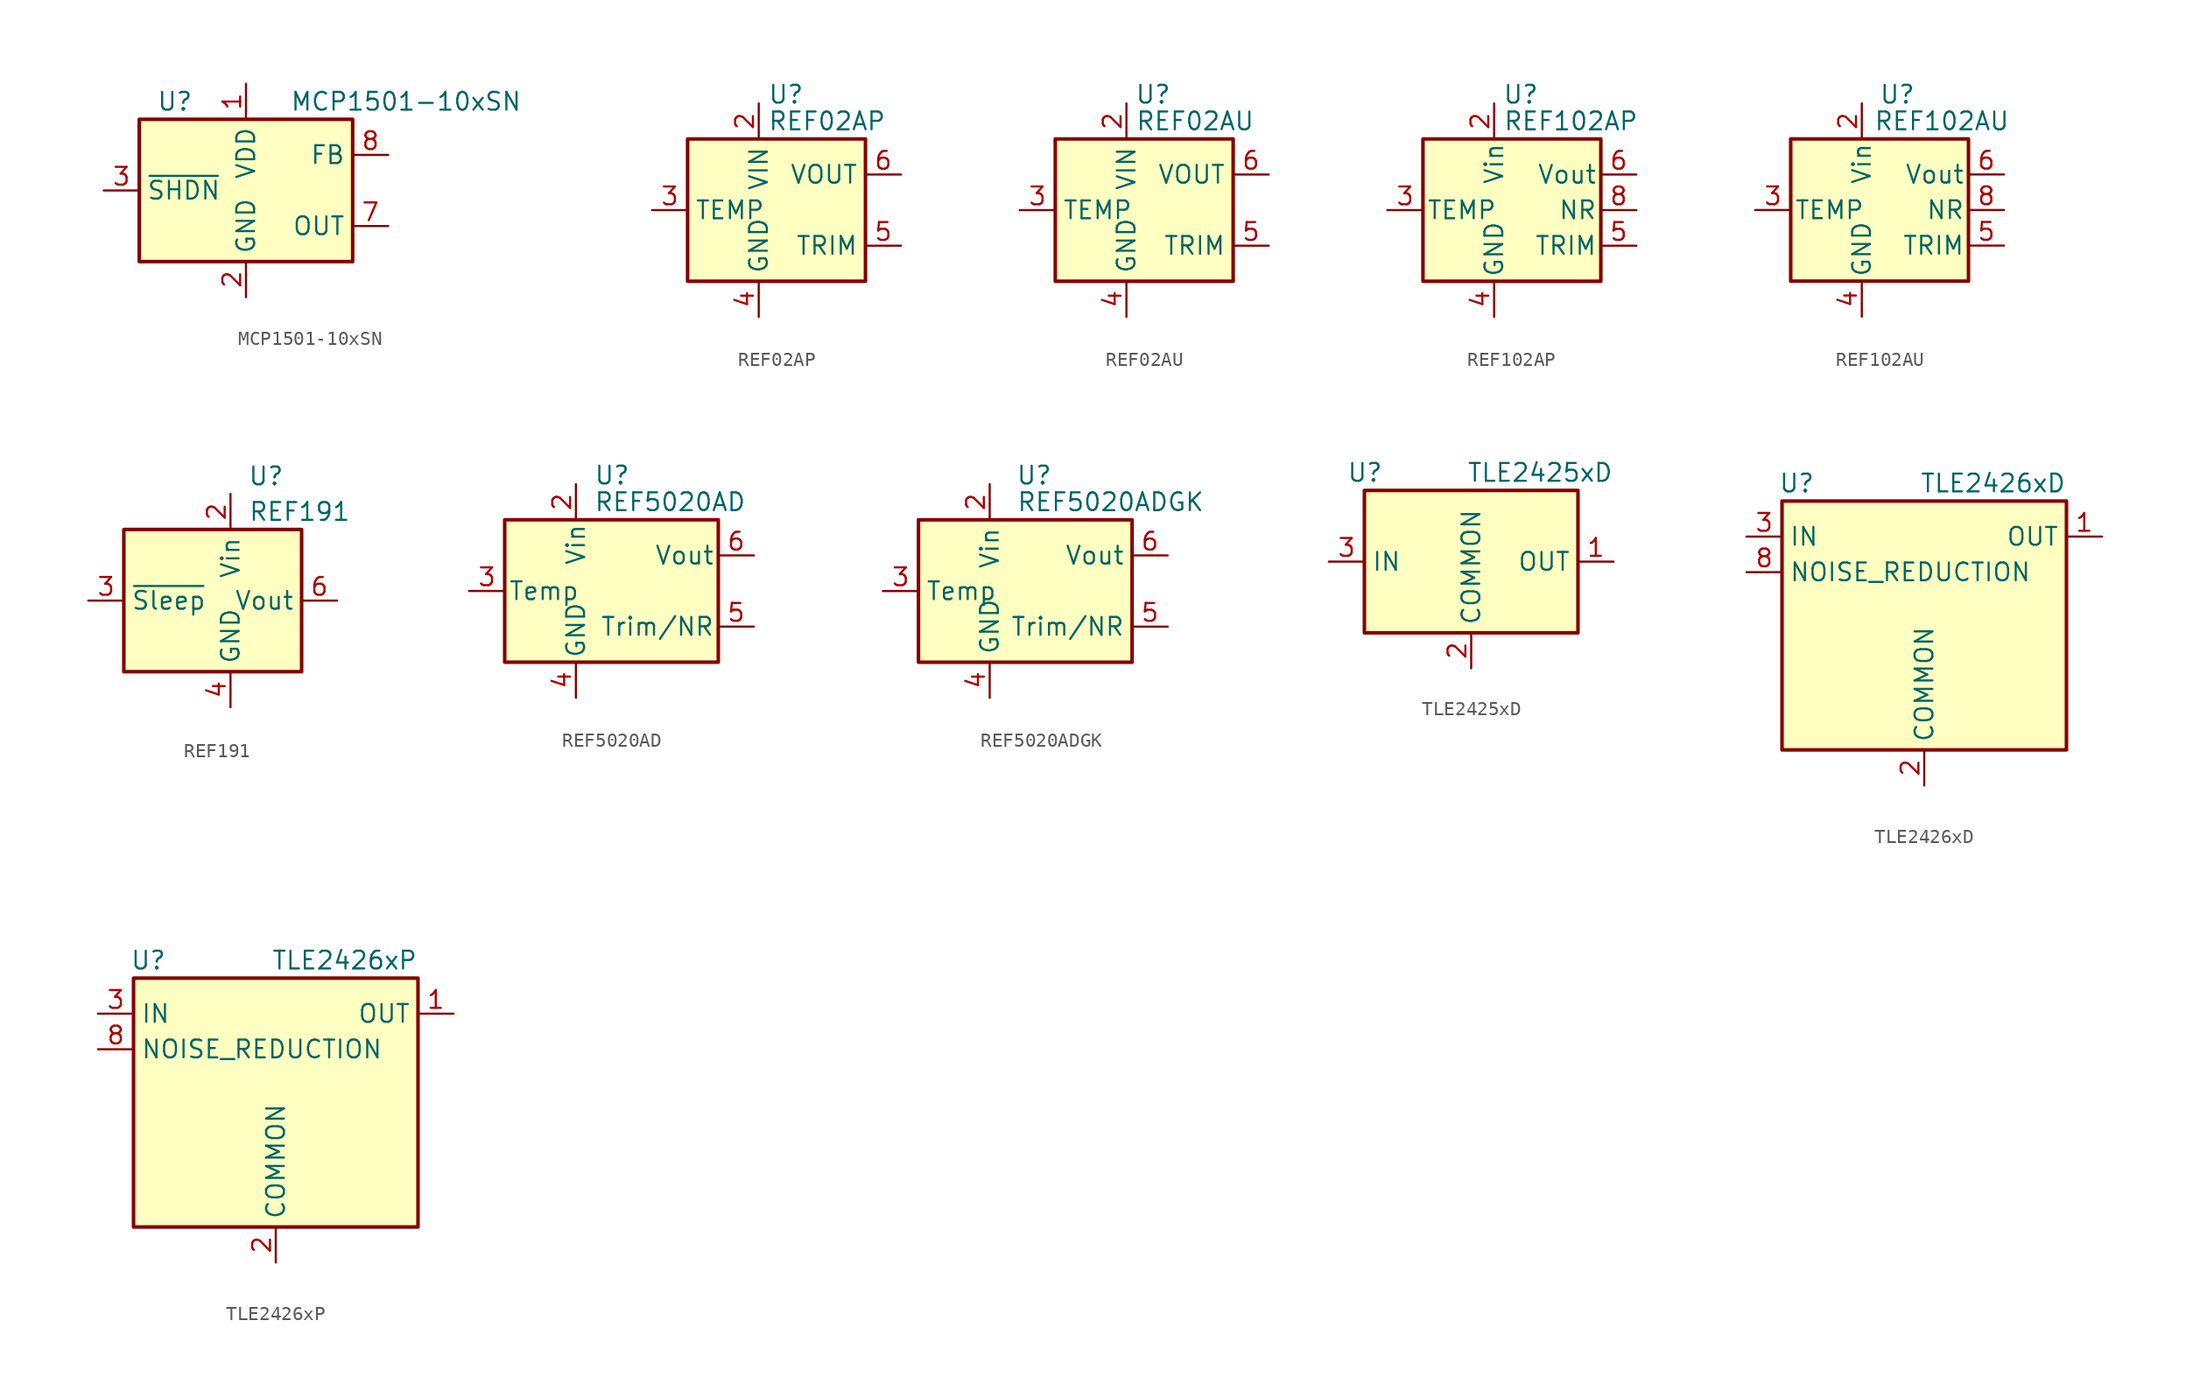
<source format=kicad_sym>
(kicad_symbol_lib
  (version 20200908)
  (generator kicad_symbol_editor)
  (symbol "Reference_Voltage:MCP1501-10xSN"
    (property "Reference" "U"
      (at -5.08 6.35 0)
      (effects (font (size 1.27 1.27))))
    (property "Value" "MCP1501-10xSN"
      (at 11.43 6.35 0)
      (effects (font (size 1.27 1.27))))
    (symbol "MCP1501-10xSN_0_1"
      (rectangle (start -7.62 5.08) (end 7.62 -5.08) (stroke (width 0.254)) (fill (type background))))
    (symbol "MCP1501-10xSN_0_0"
      (pin power_in line (at 0 7.62 270) (length 2.54) (name "VDD" (effects (font (size 1.27 1.27)))) (number "1" (effects (font (size 1.27 1.27)))))
      (pin power_in line (at 0 -7.62 90) (length 2.54) (name "GND" (effects (font (size 1.27 1.27)))) (number "2" (effects (font (size 1.27 1.27)))))
      (pin input line (at -10.16 0 0) (length 2.54) (name "~SHDN" (effects (font (size 1.27 1.27)))) (number "3" (effects (font (size 1.27 1.27)))))
      (pin passive line (at 0 -7.62 90) (length 2.54) hide (name "GND" (effects (font (size 1.27 1.27)))) (number "4" (effects (font (size 1.27 1.27)))))
      (pin passive line (at 0 -7.62 90) (length 2.54) hide (name "GND" (effects (font (size 1.27 1.27)))) (number "5" (effects (font (size 1.27 1.27)))))
      (pin passive line (at 0 -7.62 90) (length 2.54) hide (name "GND" (effects (font (size 1.27 1.27)))) (number "6" (effects (font (size 1.27 1.27)))))
      (pin power_out line (at 10.16 -2.54 180) (length 2.54) (name "OUT" (effects (font (size 1.27 1.27)))) (number "7" (effects (font (size 1.27 1.27)))))
      (pin input line (at 10.16 2.54 180) (length 2.54) (name "FB" (effects (font (size 1.27 1.27)))) (number "8" (effects (font (size 1.27 1.27)))))))
  (symbol "Reference_Voltage:REF02AP"
    (property "Reference" "U"
      (at 0.635 8.255 0)
      (effects (font (size 1.27 1.27)) (justify left)))
    (property "Value" "REF02AP"
      (at 0.635 6.35 0)
      (effects (font (size 1.27 1.27)) (justify left)))
    (symbol "REF02AP_0_1"
      (rectangle (start -5.08 5.08) (end 7.62 -5.08) (stroke (width 0.254)) (fill (type background))))
    (symbol "REF02AP_1_1"
      (pin unconnected line (at 2.54 -5.08 90) (length 2.54) hide (name "NC" (effects (font (size 1.27 1.27)))) (number "1" (effects (font (size 1.27 1.27)))))
      (pin power_in line (at 0 7.62 270) (length 2.54) (name "VIN" (effects (font (size 1.27 1.27)))) (number "2" (effects (font (size 1.27 1.27)))))
      (pin passive line (at -7.62 0 0) (length 2.54) (name "TEMP" (effects (font (size 1.27 1.27)))) (number "3" (effects (font (size 1.27 1.27)))))
      (pin power_in line (at 0 -7.62 90) (length 2.54) (name "GND" (effects (font (size 1.27 1.27)))) (number "4" (effects (font (size 1.27 1.27)))))
      (pin passive line (at 10.16 -2.54 180) (length 2.54) (name "TRIM" (effects (font (size 1.27 1.27)))) (number "5" (effects (font (size 1.27 1.27)))))
      (pin power_out line (at 10.16 2.54 180) (length 2.54) (name "VOUT" (effects (font (size 1.27 1.27)))) (number "6" (effects (font (size 1.27 1.27)))))
      (pin unconnected line (at -2.54 -5.08 90) (length 2.54) hide (name "NC" (effects (font (size 1.27 1.27)))) (number "7" (effects (font (size 1.27 1.27)))))
      (pin unconnected line (at 7.62 0 180) (length 2.54) hide (name "NC" (effects (font (size 1.27 1.27)))) (number "8" (effects (font (size 1.27 1.27)))))))
  (symbol "Reference_Voltage:REF02AU"
    (property "Reference" "U"
      (at 1.905 8.255 0)
      (effects (font (size 1.27 1.27))))
    (property "Value" "REF02AU"
      (at 0.635 6.35 0)
      (effects (font (size 1.27 1.27)) (justify left)))
    (symbol "REF02AU_0_1"
      (rectangle (start -5.08 5.08) (end 7.62 -5.08) (stroke (width 0.254)) (fill (type background))))
    (symbol "REF02AU_1_1"
      (pin unconnected line (at 2.54 -5.08 90) (length 2.54) hide (name "NC" (effects (font (size 1.27 1.27)))) (number "1" (effects (font (size 1.27 1.27)))))
      (pin power_in line (at 0 7.62 270) (length 2.54) (name "VIN" (effects (font (size 1.27 1.27)))) (number "2" (effects (font (size 1.27 1.27)))))
      (pin passive line (at -7.62 0 0) (length 2.54) (name "TEMP" (effects (font (size 1.27 1.27)))) (number "3" (effects (font (size 1.27 1.27)))))
      (pin power_in line (at 0 -7.62 90) (length 2.54) (name "GND" (effects (font (size 1.27 1.27)))) (number "4" (effects (font (size 1.27 1.27)))))
      (pin passive line (at 10.16 -2.54 180) (length 2.54) (name "TRIM" (effects (font (size 1.27 1.27)))) (number "5" (effects (font (size 1.27 1.27)))))
      (pin power_out line (at 10.16 2.54 180) (length 2.54) (name "VOUT" (effects (font (size 1.27 1.27)))) (number "6" (effects (font (size 1.27 1.27)))))
      (pin unconnected line (at -2.54 -5.08 90) (length 2.54) hide (name "NC" (effects (font (size 1.27 1.27)))) (number "7" (effects (font (size 1.27 1.27)))))
      (pin unconnected line (at 7.62 0 180) (length 2.54) hide (name "NC" (effects (font (size 1.27 1.27)))) (number "8" (effects (font (size 1.27 1.27)))))))
  (symbol "Reference_Voltage:REF102AP"
    (pin_names
      (offset 0.254))
    (property "Reference" "U"
      (at -0.635 8.255 0)
      (effects (font (size 1.27 1.27))))
    (property "Value" "REF102AP"
      (at -1.905 6.35 0)
      (effects (font (size 1.27 1.27)) (justify left)))
    (symbol "REF102AP_0_1"
      (rectangle (start -7.62 5.08) (end 5.08 -5.08) (stroke (width 0.254)) (fill (type background))))
    (symbol "REF102AP_1_1"
      (pin unconnected line (at -5.08 -5.08 90) (length 2.54) hide (name "NC" (effects (font (size 1.27 1.27)))) (number "1" (effects (font (size 1.27 1.27)))))
      (pin power_in line (at -2.54 7.62 270) (length 2.54) (name "Vin" (effects (font (size 1.27 1.27)))) (number "2" (effects (font (size 1.27 1.27)))))
      (pin passive line (at -10.16 0 0) (length 2.54) (name "TEMP" (effects (font (size 1.27 1.27)))) (number "3" (effects (font (size 1.27 1.27)))))
      (pin power_in line (at -2.54 -7.62 90) (length 2.54) (name "GND" (effects (font (size 1.27 1.27)))) (number "4" (effects (font (size 1.27 1.27)))))
      (pin passive line (at 7.62 -2.54 180) (length 2.54) (name "TRIM" (effects (font (size 1.27 1.27)))) (number "5" (effects (font (size 1.27 1.27)))))
      (pin power_out line (at 7.62 2.54 180) (length 2.54) (name "Vout" (effects (font (size 1.27 1.27)))) (number "6" (effects (font (size 1.27 1.27)))))
      (pin unconnected line (at 0 -5.08 90) (length 2.54) hide (name "NC" (effects (font (size 1.27 1.27)))) (number "7" (effects (font (size 1.27 1.27)))))
      (pin passive line (at 7.62 0 180) (length 2.54) (name "NR" (effects (font (size 1.27 1.27)))) (number "8" (effects (font (size 1.27 1.27)))))))
  (symbol "Reference_Voltage:REF102AU"
    (pin_names
      (offset 0.254))
    (property "Reference" "U"
      (at 0 8.255 0)
      (effects (font (size 1.27 1.27))))
    (property "Value" "REF102AU"
      (at 3.175 6.35 0)
      (effects (font (size 1.27 1.27))))
    (symbol "REF102AU_0_1"
      (rectangle (start -7.62 5.08) (end 5.08 -5.08) (stroke (width 0.254)) (fill (type background))))
    (symbol "REF102AU_1_1"
      (pin unconnected line (at -5.08 -5.08 90) (length 2.54) hide (name "NC" (effects (font (size 1.27 1.27)))) (number "1" (effects (font (size 1.27 1.27)))))
      (pin power_in line (at -2.54 7.62 270) (length 2.54) (name "Vin" (effects (font (size 1.27 1.27)))) (number "2" (effects (font (size 1.27 1.27)))))
      (pin passive line (at -10.16 0 0) (length 2.54) (name "TEMP" (effects (font (size 1.27 1.27)))) (number "3" (effects (font (size 1.27 1.27)))))
      (pin power_in line (at -2.54 -7.62 90) (length 2.54) (name "GND" (effects (font (size 1.27 1.27)))) (number "4" (effects (font (size 1.27 1.27)))))
      (pin passive line (at 7.62 -2.54 180) (length 2.54) (name "TRIM" (effects (font (size 1.27 1.27)))) (number "5" (effects (font (size 1.27 1.27)))))
      (pin power_out line (at 7.62 2.54 180) (length 2.54) (name "Vout" (effects (font (size 1.27 1.27)))) (number "6" (effects (font (size 1.27 1.27)))))
      (pin unconnected line (at 0 -5.08 90) (length 2.54) hide (name "NC" (effects (font (size 1.27 1.27)))) (number "7" (effects (font (size 1.27 1.27)))))
      (pin passive line (at 7.62 0 180) (length 2.54) (name "NR" (effects (font (size 1.27 1.27)))) (number "8" (effects (font (size 1.27 1.27)))))))
  (symbol "Reference_Voltage:REF191"
    (property "Reference" "U"
      (at 2.54 8.89 0)
      (effects (font (size 1.27 1.27))))
    (property "Value" "REF191"
      (at 1.27 6.35 0)
      (effects (font (size 1.27 1.27)) (justify left)))
    (symbol "REF191_0_1"
      (rectangle (start -7.62 5.08) (end 5.08 -5.08) (stroke (width 0.254)) (fill (type background))))
    (symbol "REF191_1_1"
      (pin unconnected line (at -7.62 2.54 0) (length 2.54) hide (name "TP" (effects (font (size 1.27 1.27)))) (number "1" (effects (font (size 1.27 1.27)))))
      (pin power_in line (at 0 7.62 270) (length 2.54) (name "Vin" (effects (font (size 1.27 1.27)))) (number "2" (effects (font (size 1.27 1.27)))))
      (pin input line (at -10.16 0 0) (length 2.54) (name "~Sleep~" (effects (font (size 1.27 1.27)))) (number "3" (effects (font (size 1.27 1.27)))))
      (pin power_in line (at 0 -7.62 90) (length 2.54) (name "GND" (effects (font (size 1.27 1.27)))) (number "4" (effects (font (size 1.27 1.27)))))
      (pin unconnected line (at -5.08 -5.08 90) (length 2.54) hide (name "TP" (effects (font (size 1.27 1.27)))) (number "5" (effects (font (size 1.27 1.27)))))
      (pin power_out line (at 7.62 0 180) (length 2.54) (name "Vout" (effects (font (size 1.27 1.27)))) (number "6" (effects (font (size 1.27 1.27)))))
      (pin unconnected line (at -2.54 -5.08 90) (length 2.54) hide (name "NC" (effects (font (size 1.27 1.27)))) (number "7" (effects (font (size 1.27 1.27)))))
      (pin unconnected line (at 2.54 -5.08 90) (length 2.54) hide (name "NC" (effects (font (size 1.27 1.27)))) (number "8" (effects (font (size 1.27 1.27)))))))
  (symbol "Reference_Voltage:REF5020AD"
    (pin_names
      (offset 0.254))
    (property "Reference" "U"
      (at -1.27 8.255 0)
      (effects (font (size 1.27 1.27)) (justify left)))
    (property "Value" "REF5020AD"
      (at -1.27 6.35 0)
      (effects (font (size 1.27 1.27)) (justify left)))
    (symbol "REF5020AD_0_1"
      (rectangle (start -7.62 5.08) (end 7.62 -5.08) (stroke (width 0.254)) (fill (type background))))
    (symbol "REF5020AD_1_1"
      (pin unconnected line (at -7.62 2.54 0) (length 2.54) hide (name "DNC" (effects (font (size 1.27 1.27)))) (number "1" (effects (font (size 1.27 1.27)))))
      (pin power_in line (at -2.54 7.62 270) (length 2.54) (name "Vin" (effects (font (size 1.27 1.27)))) (number "2" (effects (font (size 1.27 1.27)))))
      (pin passive line (at -10.16 0 0) (length 2.54) (name "Temp" (effects (font (size 1.27 1.27)))) (number "3" (effects (font (size 1.27 1.27)))))
      (pin power_in line (at -2.54 -7.62 90) (length 2.54) (name "GND" (effects (font (size 1.27 1.27)))) (number "4" (effects (font (size 1.27 1.27)))))
      (pin passive line (at 10.16 -2.54 180) (length 2.54) (name "Trim/NR" (effects (font (size 1.27 1.27)))) (number "5" (effects (font (size 1.27 1.27)))))
      (pin power_out line (at 10.16 2.54 180) (length 2.54) (name "Vout" (effects (font (size 1.27 1.27)))) (number "6" (effects (font (size 1.27 1.27)))))
      (pin unconnected line (at -5.08 -5.08 90) (length 2.54) hide (name "NC" (effects (font (size 1.27 1.27)))) (number "7" (effects (font (size 1.27 1.27)))))
      (pin unconnected line (at 7.62 0 180) (length 2.54) hide (name "DNC" (effects (font (size 1.27 1.27)))) (number "8" (effects (font (size 1.27 1.27)))))))
  (symbol "Reference_Voltage:REF5020ADGK"
    (property "Reference" "U"
      (at 0.635 8.255 0)
      (effects (font (size 1.27 1.27))))
    (property "Value" "REF5020ADGK"
      (at -0.635 6.35 0)
      (effects (font (size 1.27 1.27)) (justify left)))
    (symbol "REF5020ADGK_0_1"
      (rectangle (start -7.62 5.08) (end 7.62 -5.08) (stroke (width 0.254)) (fill (type background))))
    (symbol "REF5020ADGK_1_1"
      (pin unconnected line (at -7.62 2.54 0) (length 2.54) hide (name "DNC" (effects (font (size 1.27 1.27)))) (number "1" (effects (font (size 1.27 1.27)))))
      (pin power_in line (at -2.54 7.62 270) (length 2.54) (name "Vin" (effects (font (size 1.27 1.27)))) (number "2" (effects (font (size 1.27 1.27)))))
      (pin passive line (at -10.16 0 0) (length 2.54) (name "Temp" (effects (font (size 1.27 1.27)))) (number "3" (effects (font (size 1.27 1.27)))))
      (pin power_in line (at -2.54 -7.62 90) (length 2.54) (name "GND" (effects (font (size 1.27 1.27)))) (number "4" (effects (font (size 1.27 1.27)))))
      (pin passive line (at 10.16 -2.54 180) (length 2.54) (name "Trim/NR" (effects (font (size 1.27 1.27)))) (number "5" (effects (font (size 1.27 1.27)))))
      (pin power_out line (at 10.16 2.54 180) (length 2.54) (name "Vout" (effects (font (size 1.27 1.27)))) (number "6" (effects (font (size 1.27 1.27)))))
      (pin unconnected line (at -5.08 -5.08 90) (length 2.54) hide (name "NC" (effects (font (size 1.27 1.27)))) (number "7" (effects (font (size 1.27 1.27)))))
      (pin unconnected line (at 7.62 0 180) (length 2.54) hide (name "DNC" (effects (font (size 1.27 1.27)))) (number "8" (effects (font (size 1.27 1.27)))))))
  (symbol "Reference_Voltage:TLE2425xD"
    (property "Reference" "U"
      (at -8.89 6.35 0)
      (effects (font (size 1.27 1.27)) (justify left)))
    (property "Value" "TLE2425xD"
      (at 10.16 6.35 0)
      (effects (font (size 1.27 1.27)) (justify right)))
    (symbol "TLE2425xD_0_1"
      (rectangle (start 7.62 -5.08) (end -7.62 5.08) (stroke (width 0.254)) (fill (type background))))
    (symbol "TLE2425xD_1_1"
      (pin power_out line (at 10.16 0 180) (length 2.54) (name "OUT" (effects (font (size 1.27 1.27)))) (number "1" (effects (font (size 1.27 1.27)))))
      (pin power_in line (at 0 -7.62 90) (length 2.54) (name "COMMON" (effects (font (size 1.27 1.27)))) (number "2" (effects (font (size 1.27 1.27)))))
      (pin power_in line (at -10.16 0 0) (length 2.54) (name "IN" (effects (font (size 1.27 1.27)))) (number "3" (effects (font (size 1.27 1.27)))))
      (pin unconnected line (at -7.62 -2.54 0) (length 2.54) hide (name "NC" (effects (font (size 1.27 1.27)))) (number "4" (effects (font (size 1.27 1.27)))))
      (pin unconnected line (at -5.08 -5.08 90) (length 2.54) hide (name "NC" (effects (font (size 1.27 1.27)))) (number "5" (effects (font (size 1.27 1.27)))))
      (pin unconnected line (at 7.62 2.54 180) (length 2.54) hide (name "NC" (effects (font (size 1.27 1.27)))) (number "6" (effects (font (size 1.27 1.27)))))
      (pin unconnected line (at 7.62 -2.54 180) (length 2.54) hide (name "NC" (effects (font (size 1.27 1.27)))) (number "7" (effects (font (size 1.27 1.27)))))
      (pin unconnected line (at -7.62 2.54 0) (length 2.54) hide (name "NC" (effects (font (size 1.27 1.27)))) (number "8" (effects (font (size 1.27 1.27)))))))
  (symbol "Reference_Voltage:TLE2426xD"
    (property "Reference" "U"
      (at -10.414 8.89 0)
      (effects (font (size 1.27 1.27)) (justify left)))
    (property "Value" "TLE2426xD"
      (at 10.16 8.89 0)
      (effects (font (size 1.27 1.27)) (justify right)))
    (symbol "TLE2426xD_0_1"
      (rectangle (start -10.16 7.62) (end 10.16 -10.16) (stroke (width 0.254)) (fill (type background))))
    (symbol "TLE2426xD_1_1"
      (pin power_out line (at 12.7 5.08 180) (length 2.54) (name "OUT" (effects (font (size 1.27 1.27)))) (number "1" (effects (font (size 1.27 1.27)))))
      (pin power_in line (at 0 -12.7 90) (length 2.54) (name "COMMON" (effects (font (size 1.27 1.27)))) (number "2" (effects (font (size 1.27 1.27)))))
      (pin power_in line (at -12.7 5.08 0) (length 2.54) (name "IN" (effects (font (size 1.27 1.27)))) (number "3" (effects (font (size 1.27 1.27)))))
      (pin unconnected line (at -10.16 0 0) (length 2.54) hide (name "NC" (effects (font (size 1.27 1.27)))) (number "4" (effects (font (size 1.27 1.27)))))
      (pin unconnected line (at -10.16 -2.54 0) (length 2.54) hide (name "NC" (effects (font (size 1.27 1.27)))) (number "5" (effects (font (size 1.27 1.27)))))
      (pin unconnected line (at 10.16 0 180) (length 2.54) hide (name "NC" (effects (font (size 1.27 1.27)))) (number "6" (effects (font (size 1.27 1.27)))))
      (pin unconnected line (at 10.16 -2.54 180) (length 2.54) hide (name "NC" (effects (font (size 1.27 1.27)))) (number "7" (effects (font (size 1.27 1.27)))))
      (pin passive line (at -12.7 2.54 0) (length 2.54) (name "NOISE_REDUCTION" (effects (font (size 1.27 1.27)))) (number "8" (effects (font (size 1.27 1.27)))))))
  (symbol "Reference_Voltage:TLE2426xP"
    (property "Reference" "U"
      (at -10.414 8.89 0)
      (effects (font (size 1.27 1.27)) (justify left)))
    (property "Value" "TLE2426xP"
      (at 10.16 8.89 0)
      (effects (font (size 1.27 1.27)) (justify right)))
    (symbol "TLE2426xP_0_1"
      (rectangle (start -10.16 7.62) (end 10.16 -10.16) (stroke (width 0.254)) (fill (type background))))
    (symbol "TLE2426xP_1_1"
      (pin power_out line (at 12.7 5.08 180) (length 2.54) (name "OUT" (effects (font (size 1.27 1.27)))) (number "1" (effects (font (size 1.27 1.27)))))
      (pin power_in line (at 0 -12.7 90) (length 2.54) (name "COMMON" (effects (font (size 1.27 1.27)))) (number "2" (effects (font (size 1.27 1.27)))))
      (pin power_in line (at -12.7 5.08 0) (length 2.54) (name "IN" (effects (font (size 1.27 1.27)))) (number "3" (effects (font (size 1.27 1.27)))))
      (pin unconnected line (at -10.16 0 0) (length 2.54) hide (name "NC" (effects (font (size 1.27 1.27)))) (number "4" (effects (font (size 1.27 1.27)))))
      (pin unconnected line (at -10.16 -2.54 0) (length 2.54) hide (name "NC" (effects (font (size 1.27 1.27)))) (number "5" (effects (font (size 1.27 1.27)))))
      (pin unconnected line (at 10.16 0 180) (length 2.54) hide (name "NC" (effects (font (size 1.27 1.27)))) (number "6" (effects (font (size 1.27 1.27)))))
      (pin unconnected line (at 10.16 -2.54 180) (length 2.54) hide (name "NC" (effects (font (size 1.27 1.27)))) (number "7" (effects (font (size 1.27 1.27)))))
      (pin passive line (at -12.7 2.54 0) (length 2.54) (name "NOISE_REDUCTION" (effects (font (size 1.27 1.27)))) (number "8" (effects (font (size 1.27 1.27))))))))
</source>
